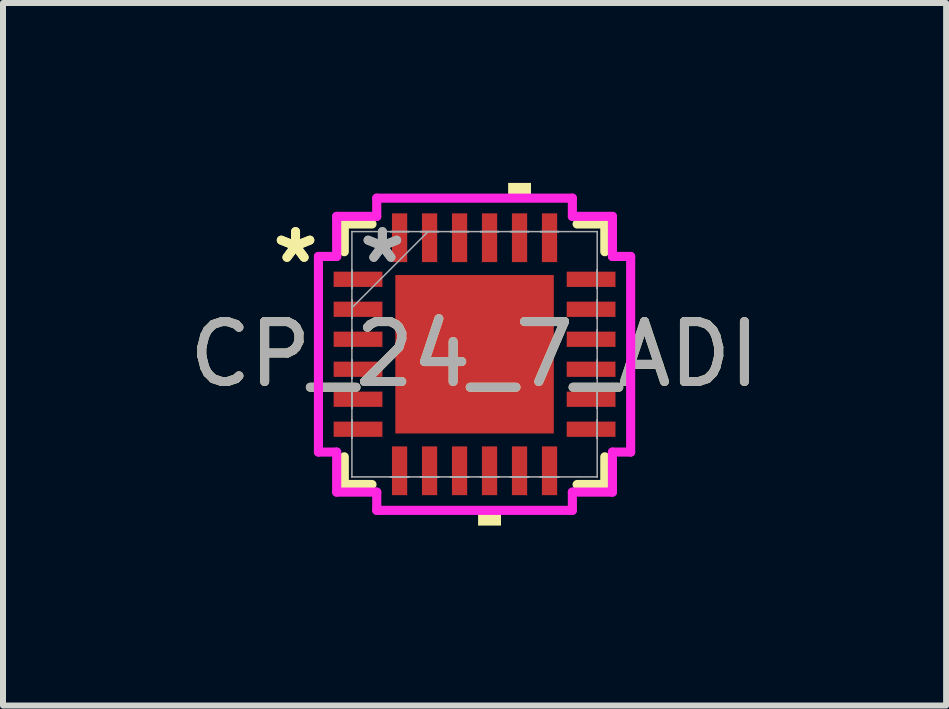
<source format=kicad_pcb>
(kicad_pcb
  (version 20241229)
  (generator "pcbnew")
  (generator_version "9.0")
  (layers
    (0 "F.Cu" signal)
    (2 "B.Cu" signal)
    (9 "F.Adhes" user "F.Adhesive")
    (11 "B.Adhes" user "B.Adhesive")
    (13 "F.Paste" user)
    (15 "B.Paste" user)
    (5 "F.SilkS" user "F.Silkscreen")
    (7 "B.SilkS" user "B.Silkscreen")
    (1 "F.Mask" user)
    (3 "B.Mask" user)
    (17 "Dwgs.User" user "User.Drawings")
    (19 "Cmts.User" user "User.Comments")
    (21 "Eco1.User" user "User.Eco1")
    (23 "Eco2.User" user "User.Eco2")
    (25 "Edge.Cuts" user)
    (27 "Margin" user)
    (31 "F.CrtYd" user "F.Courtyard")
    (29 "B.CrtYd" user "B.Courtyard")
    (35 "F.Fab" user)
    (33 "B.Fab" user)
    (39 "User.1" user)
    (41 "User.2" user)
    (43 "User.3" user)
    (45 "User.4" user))
  (footprint "CP_24_7_ADI"
    (layer "F.Cu")
    (at 4.863 2.857)
    (property "Reference" "CP_24_7_ADI" (at 0 0 0) (unlocked yes) (layer "F.SilkS") (effects (font (size 1 1) (thickness 0.15))))
    (attr smd)
    (fp_line (start -2.172 -2.172) (end -2.172 -1.71) (stroke (width 0.152) (type solid)) (layer "F.SilkS"))
    (fp_line (start -2.172 1.71) (end -2.172 2.172) (stroke (width 0.152) (type solid)) (layer "F.SilkS"))
    (fp_line (start -2.172 2.172) (end -1.71 2.172) (stroke (width 0.152) (type solid)) (layer "F.SilkS"))
    (fp_line (start -1.71 -2.172) (end -2.172 -2.172) (stroke (width 0.152) (type solid)) (layer "F.SilkS"))
    (fp_line (start 1.71 2.172) (end 2.172 2.172) (stroke (width 0.152) (type solid)) (layer "F.SilkS"))
    (fp_line (start 2.172 -2.172) (end 1.71 -2.172) (stroke (width 0.152) (type solid)) (layer "F.SilkS"))
    (fp_line (start 2.172 -1.71) (end 2.172 -2.172) (stroke (width 0.152) (type solid)) (layer "F.SilkS"))
    (fp_line (start 2.172 2.172) (end 2.172 1.71) (stroke (width 0.152) (type solid)) (layer "F.SilkS"))
    (fp_poly (pts (xy 0.059 2.603) (xy 0.059 2.857) (xy 0.441 2.857) (xy 0.441 2.603)) (stroke (width 0) (type solid)) (fill yes) (layer "F.SilkS"))
    (fp_poly (pts (xy 0.56 -2.603) (xy 0.56 -2.857) (xy 0.941 -2.857) (xy 0.941 -2.603)) (stroke (width 0) (type solid)) (fill yes) (layer "F.SilkS"))
    (fp_poly (pts (xy -1.221 -1.221) (xy -1.221 -0.1) (xy -0.1 -0.1) (xy -0.1 -1.221)) (stroke (width 0) (type solid)) (fill yes) (layer "F.Paste"))
    (fp_poly (pts (xy -1.221 0.1) (xy -1.221 1.221) (xy -0.1 1.221) (xy -0.1 0.1)) (stroke (width 0) (type solid)) (fill yes) (layer "F.Paste"))
    (fp_poly (pts (xy 0.1 -1.221) (xy 0.1 -0.1) (xy 1.221 -0.1) (xy 1.221 -1.221)) (stroke (width 0) (type solid)) (fill yes) (layer "F.Paste"))
    (fp_poly (pts (xy 0.1 0.1) (xy 0.1 1.221) (xy 1.221 1.221) (xy 1.221 0.1)) (stroke (width 0) (type solid)) (fill yes) (layer "F.Paste"))
    (fp_line (start -2.603 -1.631) (end -2.299 -1.631) (stroke (width 0.152) (type solid)) (layer "F.CrtYd"))
    (fp_line (start -2.603 1.631) (end -2.603 -1.631) (stroke (width 0.152) (type solid)) (layer "F.CrtYd"))
    (fp_line (start -2.299 -2.299) (end -1.631 -2.299) (stroke (width 0.152) (type solid)) (layer "F.CrtYd"))
    (fp_line (start -2.299 -1.631) (end -2.299 -2.299) (stroke (width 0.152) (type solid)) (layer "F.CrtYd"))
    (fp_line (start -2.299 1.631) (end -2.603 1.631) (stroke (width 0.152) (type solid)) (layer "F.CrtYd"))
    (fp_line (start -2.299 2.299) (end -2.299 1.631) (stroke (width 0.152) (type solid)) (layer "F.CrtYd"))
    (fp_line (start -1.631 -2.603) (end 1.631 -2.603) (stroke (width 0.152) (type solid)) (layer "F.CrtYd"))
    (fp_line (start -1.631 -2.299) (end -1.631 -2.603) (stroke (width 0.152) (type solid)) (layer "F.CrtYd"))
    (fp_line (start -1.631 2.299) (end -2.299 2.299) (stroke (width 0.152) (type solid)) (layer "F.CrtYd"))
    (fp_line (start -1.631 2.603) (end -1.631 2.299) (stroke (width 0.152) (type solid)) (layer "F.CrtYd"))
    (fp_line (start 1.631 -2.603) (end 1.631 -2.299) (stroke (width 0.152) (type solid)) (layer "F.CrtYd"))
    (fp_line (start 1.631 -2.299) (end 2.299 -2.299) (stroke (width 0.152) (type solid)) (layer "F.CrtYd"))
    (fp_line (start 1.631 2.299) (end 1.631 2.603) (stroke (width 0.152) (type solid)) (layer "F.CrtYd"))
    (fp_line (start 1.631 2.603) (end -1.631 2.603) (stroke (width 0.152) (type solid)) (layer "F.CrtYd"))
    (fp_line (start 2.299 -2.299) (end 2.299 -1.631) (stroke (width 0.152) (type solid)) (layer "F.CrtYd"))
    (fp_line (start 2.299 -1.631) (end 2.603 -1.631) (stroke (width 0.152) (type solid)) (layer "F.CrtYd"))
    (fp_line (start 2.299 1.631) (end 2.299 2.299) (stroke (width 0.152) (type solid)) (layer "F.CrtYd"))
    (fp_line (start 2.299 2.299) (end 1.631 2.299) (stroke (width 0.152) (type solid)) (layer "F.CrtYd"))
    (fp_line (start 2.603 -1.631) (end 2.603 1.631) (stroke (width 0.152) (type solid)) (layer "F.CrtYd"))
    (fp_line (start 2.603 1.631) (end 2.299 1.631) (stroke (width 0.152) (type solid)) (layer "F.CrtYd"))
    (fp_line (start -2.045 -2.045) (end -2.045 -2.045) (stroke (width 0.025) (type solid)) (layer "F.Fab"))
    (fp_line (start -2.045 -2.045) (end -2.045 2.045) (stroke (width 0.025) (type solid)) (layer "F.Fab"))
    (fp_line (start -2.045 -1.402) (end -2.045 -1.402) (stroke (width 0.025) (type solid)) (layer "F.Fab"))
    (fp_line (start -2.045 -1.402) (end -2.045 -1.098) (stroke (width 0.025) (type solid)) (layer "F.Fab"))
    (fp_line (start -2.045 -1.098) (end -2.045 -1.402) (stroke (width 0.025) (type solid)) (layer "F.Fab"))
    (fp_line (start -2.045 -1.098) (end -2.045 -1.098) (stroke (width 0.025) (type solid)) (layer "F.Fab"))
    (fp_line (start -2.045 -0.902) (end -2.045 -0.902) (stroke (width 0.025) (type solid)) (layer "F.Fab"))
    (fp_line (start -2.045 -0.902) (end -2.045 -0.598) (stroke (width 0.025) (type solid)) (layer "F.Fab"))
    (fp_line (start -2.045 -0.775) (end -0.775 -2.045) (stroke (width 0.025) (type solid)) (layer "F.Fab"))
    (fp_line (start -2.045 -0.598) (end -2.045 -0.902) (stroke (width 0.025) (type solid)) (layer "F.Fab"))
    (fp_line (start -2.045 -0.598) (end -2.045 -0.598) (stroke (width 0.025) (type solid)) (layer "F.Fab"))
    (fp_line (start -2.045 -0.402) (end -2.045 -0.402) (stroke (width 0.025) (type solid)) (layer "F.Fab"))
    (fp_line (start -2.045 -0.402) (end -2.045 -0.098) (stroke (width 0.025) (type solid)) (layer "F.Fab"))
    (fp_line (start -2.045 -0.098) (end -2.045 -0.402) (stroke (width 0.025) (type solid)) (layer "F.Fab"))
    (fp_line (start -2.045 -0.098) (end -2.045 -0.098) (stroke (width 0.025) (type solid)) (layer "F.Fab"))
    (fp_line (start -2.045 0.098) (end -2.045 0.098) (stroke (width 0.025) (type solid)) (layer "F.Fab"))
    (fp_line (start -2.045 0.098) (end -2.045 0.402) (stroke (width 0.025) (type solid)) (layer "F.Fab"))
    (fp_line (start -2.045 0.402) (end -2.045 0.098) (stroke (width 0.025) (type solid)) (layer "F.Fab"))
    (fp_line (start -2.045 0.402) (end -2.045 0.402) (stroke (width 0.025) (type solid)) (layer "F.Fab"))
    (fp_line (start -2.045 0.598) (end -2.045 0.598) (stroke (width 0.025) (type solid)) (layer "F.Fab"))
    (fp_line (start -2.045 0.598) (end -2.045 0.902) (stroke (width 0.025) (type solid)) (layer "F.Fab"))
    (fp_line (start -2.045 0.902) (end -2.045 0.598) (stroke (width 0.025) (type solid)) (layer "F.Fab"))
    (fp_line (start -2.045 0.902) (end -2.045 0.902) (stroke (width 0.025) (type solid)) (layer "F.Fab"))
    (fp_line (start -2.045 1.098) (end -2.045 1.098) (stroke (width 0.025) (type solid)) (layer "F.Fab"))
    (fp_line (start -2.045 1.098) (end -2.045 1.402) (stroke (width 0.025) (type solid)) (layer "F.Fab"))
    (fp_line (start -2.045 1.402) (end -2.045 1.098) (stroke (width 0.025) (type solid)) (layer "F.Fab"))
    (fp_line (start -2.045 1.402) (end -2.045 1.402) (stroke (width 0.025) (type solid)) (layer "F.Fab"))
    (fp_line (start -2.045 2.045) (end -2.045 2.045) (stroke (width 0.025) (type solid)) (layer "F.Fab"))
    (fp_line (start -2.045 2.045) (end 2.045 2.045) (stroke (width 0.025) (type solid)) (layer "F.Fab"))
    (fp_line (start -1.402 -2.045) (end -1.402 -2.045) (stroke (width 0.025) (type solid)) (layer "F.Fab"))
    (fp_line (start -1.402 -2.045) (end -1.098 -2.045) (stroke (width 0.025) (type solid)) (layer "F.Fab"))
    (fp_line (start -1.402 2.045) (end -1.402 2.045) (stroke (width 0.025) (type solid)) (layer "F.Fab"))
    (fp_line (start -1.402 2.045) (end -1.098 2.045) (stroke (width 0.025) (type solid)) (layer "F.Fab"))
    (fp_line (start -1.098 -2.045) (end -1.402 -2.045) (stroke (width 0.025) (type solid)) (layer "F.Fab"))
    (fp_line (start -1.098 -2.045) (end -1.098 -2.045) (stroke (width 0.025) (type solid)) (layer "F.Fab"))
    (fp_line (start -1.098 2.045) (end -1.402 2.045) (stroke (width 0.025) (type solid)) (layer "F.Fab"))
    (fp_line (start -1.098 2.045) (end -1.098 2.045) (stroke (width 0.025) (type solid)) (layer "F.Fab"))
    (fp_line (start -0.902 -2.045) (end -0.902 -2.045) (stroke (width 0.025) (type solid)) (layer "F.Fab"))
    (fp_line (start -0.902 -2.045) (end -0.598 -2.045) (stroke (width 0.025) (type solid)) (layer "F.Fab"))
    (fp_line (start -0.902 2.045) (end -0.902 2.045) (stroke (width 0.025) (type solid)) (layer "F.Fab"))
    (fp_line (start -0.902 2.045) (end -0.598 2.045) (stroke (width 0.025) (type solid)) (layer "F.Fab"))
    (fp_line (start -0.598 -2.045) (end -0.902 -2.045) (stroke (width 0.025) (type solid)) (layer "F.Fab"))
    (fp_line (start -0.598 -2.045) (end -0.598 -2.045) (stroke (width 0.025) (type solid)) (layer "F.Fab"))
    (fp_line (start -0.598 2.045) (end -0.902 2.045) (stroke (width 0.025) (type solid)) (layer "F.Fab"))
    (fp_line (start -0.598 2.045) (end -0.598 2.045) (stroke (width 0.025) (type solid)) (layer "F.Fab"))
    (fp_line (start -0.402 -2.045) (end -0.402 -2.045) (stroke (width 0.025) (type solid)) (layer "F.Fab"))
    (fp_line (start -0.402 -2.045) (end -0.098 -2.045) (stroke (width 0.025) (type solid)) (layer "F.Fab"))
    (fp_line (start -0.402 2.045) (end -0.402 2.045) (stroke (width 0.025) (type solid)) (layer "F.Fab"))
    (fp_line (start -0.402 2.045) (end -0.098 2.045) (stroke (width 0.025) (type solid)) (layer "F.Fab"))
    (fp_line (start -0.098 -2.045) (end -0.402 -2.045) (stroke (width 0.025) (type solid)) (layer "F.Fab"))
    (fp_line (start -0.098 -2.045) (end -0.098 -2.045) (stroke (width 0.025) (type solid)) (layer "F.Fab"))
    (fp_line (start -0.098 2.045) (end -0.402 2.045) (stroke (width 0.025) (type solid)) (layer "F.Fab"))
    (fp_line (start -0.098 2.045) (end -0.098 2.045) (stroke (width 0.025) (type solid)) (layer "F.Fab"))
    (fp_line (start 0.098 -2.045) (end 0.098 -2.045) (stroke (width 0.025) (type solid)) (layer "F.Fab"))
    (fp_line (start 0.098 -2.045) (end 0.402 -2.045) (stroke (width 0.025) (type solid)) (layer "F.Fab"))
    (fp_line (start 0.098 2.045) (end 0.098 2.045) (stroke (width 0.025) (type solid)) (layer "F.Fab"))
    (fp_line (start 0.098 2.045) (end 0.402 2.045) (stroke (width 0.025) (type solid)) (layer "F.Fab"))
    (fp_line (start 0.402 -2.045) (end 0.098 -2.045) (stroke (width 0.025) (type solid)) (layer "F.Fab"))
    (fp_line (start 0.402 -2.045) (end 0.402 -2.045) (stroke (width 0.025) (type solid)) (layer "F.Fab"))
    (fp_line (start 0.402 2.045) (end 0.098 2.045) (stroke (width 0.025) (type solid)) (layer "F.Fab"))
    (fp_line (start 0.402 2.045) (end 0.402 2.045) (stroke (width 0.025) (type solid)) (layer "F.Fab"))
    (fp_line (start 0.598 -2.045) (end 0.598 -2.045) (stroke (width 0.025) (type solid)) (layer "F.Fab"))
    (fp_line (start 0.598 -2.045) (end 0.902 -2.045) (stroke (width 0.025) (type solid)) (layer "F.Fab"))
    (fp_line (start 0.598 2.045) (end 0.598 2.045) (stroke (width 0.025) (type solid)) (layer "F.Fab"))
    (fp_line (start 0.598 2.045) (end 0.902 2.045) (stroke (width 0.025) (type solid)) (layer "F.Fab"))
    (fp_line (start 0.902 -2.045) (end 0.598 -2.045) (stroke (width 0.025) (type solid)) (layer "F.Fab"))
    (fp_line (start 0.902 -2.045) (end 0.902 -2.045) (stroke (width 0.025) (type solid)) (layer "F.Fab"))
    (fp_line (start 0.902 2.045) (end 0.598 2.045) (stroke (width 0.025) (type solid)) (layer "F.Fab"))
    (fp_line (start 0.902 2.045) (end 0.902 2.045) (stroke (width 0.025) (type solid)) (layer "F.Fab"))
    (fp_line (start 1.098 -2.045) (end 1.098 -2.045) (stroke (width 0.025) (type solid)) (layer "F.Fab"))
    (fp_line (start 1.098 -2.045) (end 1.402 -2.045) (stroke (width 0.025) (type solid)) (layer "F.Fab"))
    (fp_line (start 1.098 2.045) (end 1.098 2.045) (stroke (width 0.025) (type solid)) (layer "F.Fab"))
    (fp_line (start 1.098 2.045) (end 1.402 2.045) (stroke (width 0.025) (type solid)) (layer "F.Fab"))
    (fp_line (start 1.402 -2.045) (end 1.098 -2.045) (stroke (width 0.025) (type solid)) (layer "F.Fab"))
    (fp_line (start 1.402 -2.045) (end 1.402 -2.045) (stroke (width 0.025) (type solid)) (layer "F.Fab"))
    (fp_line (start 1.402 2.045) (end 1.098 2.045) (stroke (width 0.025) (type solid)) (layer "F.Fab"))
    (fp_line (start 1.402 2.045) (end 1.402 2.045) (stroke (width 0.025) (type solid)) (layer "F.Fab"))
    (fp_line (start 2.045 -2.045) (end -2.045 -2.045) (stroke (width 0.025) (type solid)) (layer "F.Fab"))
    (fp_line (start 2.045 -2.045) (end 2.045 -2.045) (stroke (width 0.025) (type solid)) (layer "F.Fab"))
    (fp_line (start 2.045 -1.402) (end 2.045 -1.402) (stroke (width 0.025) (type solid)) (layer "F.Fab"))
    (fp_line (start 2.045 -1.402) (end 2.045 -1.098) (stroke (width 0.025) (type solid)) (layer "F.Fab"))
    (fp_line (start 2.045 -1.098) (end 2.045 -1.402) (stroke (width 0.025) (type solid)) (layer "F.Fab"))
    (fp_line (start 2.045 -1.098) (end 2.045 -1.098) (stroke (width 0.025) (type solid)) (layer "F.Fab"))
    (fp_line (start 2.045 -0.902) (end 2.045 -0.902) (stroke (width 0.025) (type solid)) (layer "F.Fab"))
    (fp_line (start 2.045 -0.902) (end 2.045 -0.598) (stroke (width 0.025) (type solid)) (layer "F.Fab"))
    (fp_line (start 2.045 -0.598) (end 2.045 -0.902) (stroke (width 0.025) (type solid)) (layer "F.Fab"))
    (fp_line (start 2.045 -0.598) (end 2.045 -0.598) (stroke (width 0.025) (type solid)) (layer "F.Fab"))
    (fp_line (start 2.045 -0.402) (end 2.045 -0.402) (stroke (width 0.025) (type solid)) (layer "F.Fab"))
    (fp_line (start 2.045 -0.402) (end 2.045 -0.098) (stroke (width 0.025) (type solid)) (layer "F.Fab"))
    (fp_line (start 2.045 -0.098) (end 2.045 -0.402) (stroke (width 0.025) (type solid)) (layer "F.Fab"))
    (fp_line (start 2.045 -0.098) (end 2.045 -0.098) (stroke (width 0.025) (type solid)) (layer "F.Fab"))
    (fp_line (start 2.045 0.098) (end 2.045 0.098) (stroke (width 0.025) (type solid)) (layer "F.Fab"))
    (fp_line (start 2.045 0.098) (end 2.045 0.402) (stroke (width 0.025) (type solid)) (layer "F.Fab"))
    (fp_line (start 2.045 0.402) (end 2.045 0.098) (stroke (width 0.025) (type solid)) (layer "F.Fab"))
    (fp_line (start 2.045 0.402) (end 2.045 0.402) (stroke (width 0.025) (type solid)) (layer "F.Fab"))
    (fp_line (start 2.045 0.598) (end 2.045 0.598) (stroke (width 0.025) (type solid)) (layer "F.Fab"))
    (fp_line (start 2.045 0.598) (end 2.045 0.902) (stroke (width 0.025) (type solid)) (layer "F.Fab"))
    (fp_line (start 2.045 0.902) (end 2.045 0.598) (stroke (width 0.025) (type solid)) (layer "F.Fab"))
    (fp_line (start 2.045 0.902) (end 2.045 0.902) (stroke (width 0.025) (type solid)) (layer "F.Fab"))
    (fp_line (start 2.045 1.098) (end 2.045 1.098) (stroke (width 0.025) (type solid)) (layer "F.Fab"))
    (fp_line (start 2.045 1.098) (end 2.045 1.402) (stroke (width 0.025) (type solid)) (layer "F.Fab"))
    (fp_line (start 2.045 1.402) (end 2.045 1.098) (stroke (width 0.025) (type solid)) (layer "F.Fab"))
    (fp_line (start 2.045 1.402) (end 2.045 1.402) (stroke (width 0.025) (type solid)) (layer "F.Fab"))
    (fp_line (start 2.045 2.045) (end 2.045 -2.045) (stroke (width 0.025) (type solid)) (layer "F.Fab"))
    (fp_line (start 2.045 2.045) (end 2.045 2.045) (stroke (width 0.025) (type solid)) (layer "F.Fab"))
    (fp_text user "*" (at -2.985 -1.5 0) (unlocked yes) (layer "F.SilkS") (effects (font (size 1 1) (thickness 0.15))))
    (fp_text user "*" (at -2.985 -1.5 0) (layer "F.SilkS") (effects (font (size 1 1) (thickness 0.15))))
    (fp_text user "${REFERENCE}" (at 0 0 0) (unlocked yes) (layer "F.Fab") (effects (font (size 1 1) (thickness 0.15))))
    (fp_text user "*" (at -1.537 -1.5 0) (unlocked yes) (layer "F.Fab") (effects (font (size 1 1) (thickness 0.15))))
    (fp_text user "*" (at -1.537 -1.5 0) (layer "F.Fab") (effects (font (size 1 1) (thickness 0.15))))
    (pad "1" smd rect (at -1.943 -1.25 90) (size 0.254 0.813) (layers "F.Cu" "F.Mask" "F.Paste"))
    (pad "2" smd rect (at -1.943 -0.75 90) (size 0.254 0.813) (layers "F.Cu" "F.Mask" "F.Paste"))
    (pad "3" smd rect (at -1.943 -0.25 90) (size 0.254 0.813) (layers "F.Cu" "F.Mask" "F.Paste"))
    (pad "4" smd rect (at -1.943 0.25 90) (size 0.254 0.813) (layers "F.Cu" "F.Mask" "F.Paste"))
    (pad "5" smd rect (at -1.943 0.75 90) (size 0.254 0.813) (layers "F.Cu" "F.Mask" "F.Paste"))
    (pad "6" smd rect (at -1.943 1.25 90) (size 0.254 0.813) (layers "F.Cu" "F.Mask" "F.Paste"))
    (pad "7" smd rect (at -1.25 1.943) (size 0.254 0.813) (layers "F.Cu" "F.Mask" "F.Paste"))
    (pad "8" smd rect (at -0.75 1.943) (size 0.254 0.813) (layers "F.Cu" "F.Mask" "F.Paste"))
    (pad "9" smd rect (at -0.25 1.943) (size 0.254 0.813) (layers "F.Cu" "F.Mask" "F.Paste"))
    (pad "10" smd rect (at 0.25 1.943) (size 0.254 0.813) (layers "F.Cu" "F.Mask" "F.Paste"))
    (pad "11" smd rect (at 0.75 1.943) (size 0.254 0.813) (layers "F.Cu" "F.Mask" "F.Paste"))
    (pad "12" smd rect (at 1.25 1.943) (size 0.254 0.813) (layers "F.Cu" "F.Mask" "F.Paste"))
    (pad "13" smd rect (at 1.943 1.25 90) (size 0.254 0.813) (layers "F.Cu" "F.Mask" "F.Paste"))
    (pad "14" smd rect (at 1.943 0.75 90) (size 0.254 0.813) (layers "F.Cu" "F.Mask" "F.Paste"))
    (pad "15" smd rect (at 1.943 0.25 90) (size 0.254 0.813) (layers "F.Cu" "F.Mask" "F.Paste"))
    (pad "16" smd rect (at 1.943 -0.25 90) (size 0.254 0.813) (layers "F.Cu" "F.Mask" "F.Paste"))
    (pad "17" smd rect (at 1.943 -0.75 90) (size 0.254 0.813) (layers "F.Cu" "F.Mask" "F.Paste"))
    (pad "18" smd rect (at 1.943 -1.25 90) (size 0.254 0.813) (layers "F.Cu" "F.Mask" "F.Paste"))
    (pad "19" smd rect (at 1.25 -1.943) (size 0.254 0.813) (layers "F.Cu" "F.Mask" "F.Paste"))
    (pad "20" smd rect (at 0.75 -1.943) (size 0.254 0.813) (layers "F.Cu" "F.Mask" "F.Paste"))
    (pad "21" smd rect (at 0.25 -1.943) (size 0.254 0.813) (layers "F.Cu" "F.Mask" "F.Paste"))
    (pad "22" smd rect (at -0.25 -1.943) (size 0.254 0.813) (layers "F.Cu" "F.Mask" "F.Paste"))
    (pad "23" smd rect (at -0.75 -1.943) (size 0.254 0.813) (layers "F.Cu" "F.Mask" "F.Paste"))
    (pad "24" smd rect (at -1.25 -1.943) (size 0.254 0.813) (layers "F.Cu" "F.Mask" "F.Paste"))
    (pad "25" smd rect (at 0 0) (size 2.642 2.642) (layers "F.Cu" "F.Mask" "F.Paste")))
  (gr_rect
    (start -3 -3)
    (end 12.726 8.715)
    (stroke (width 0.1) (type default))
    (fill no)
    (layer "Edge.Cuts")))
</source>
